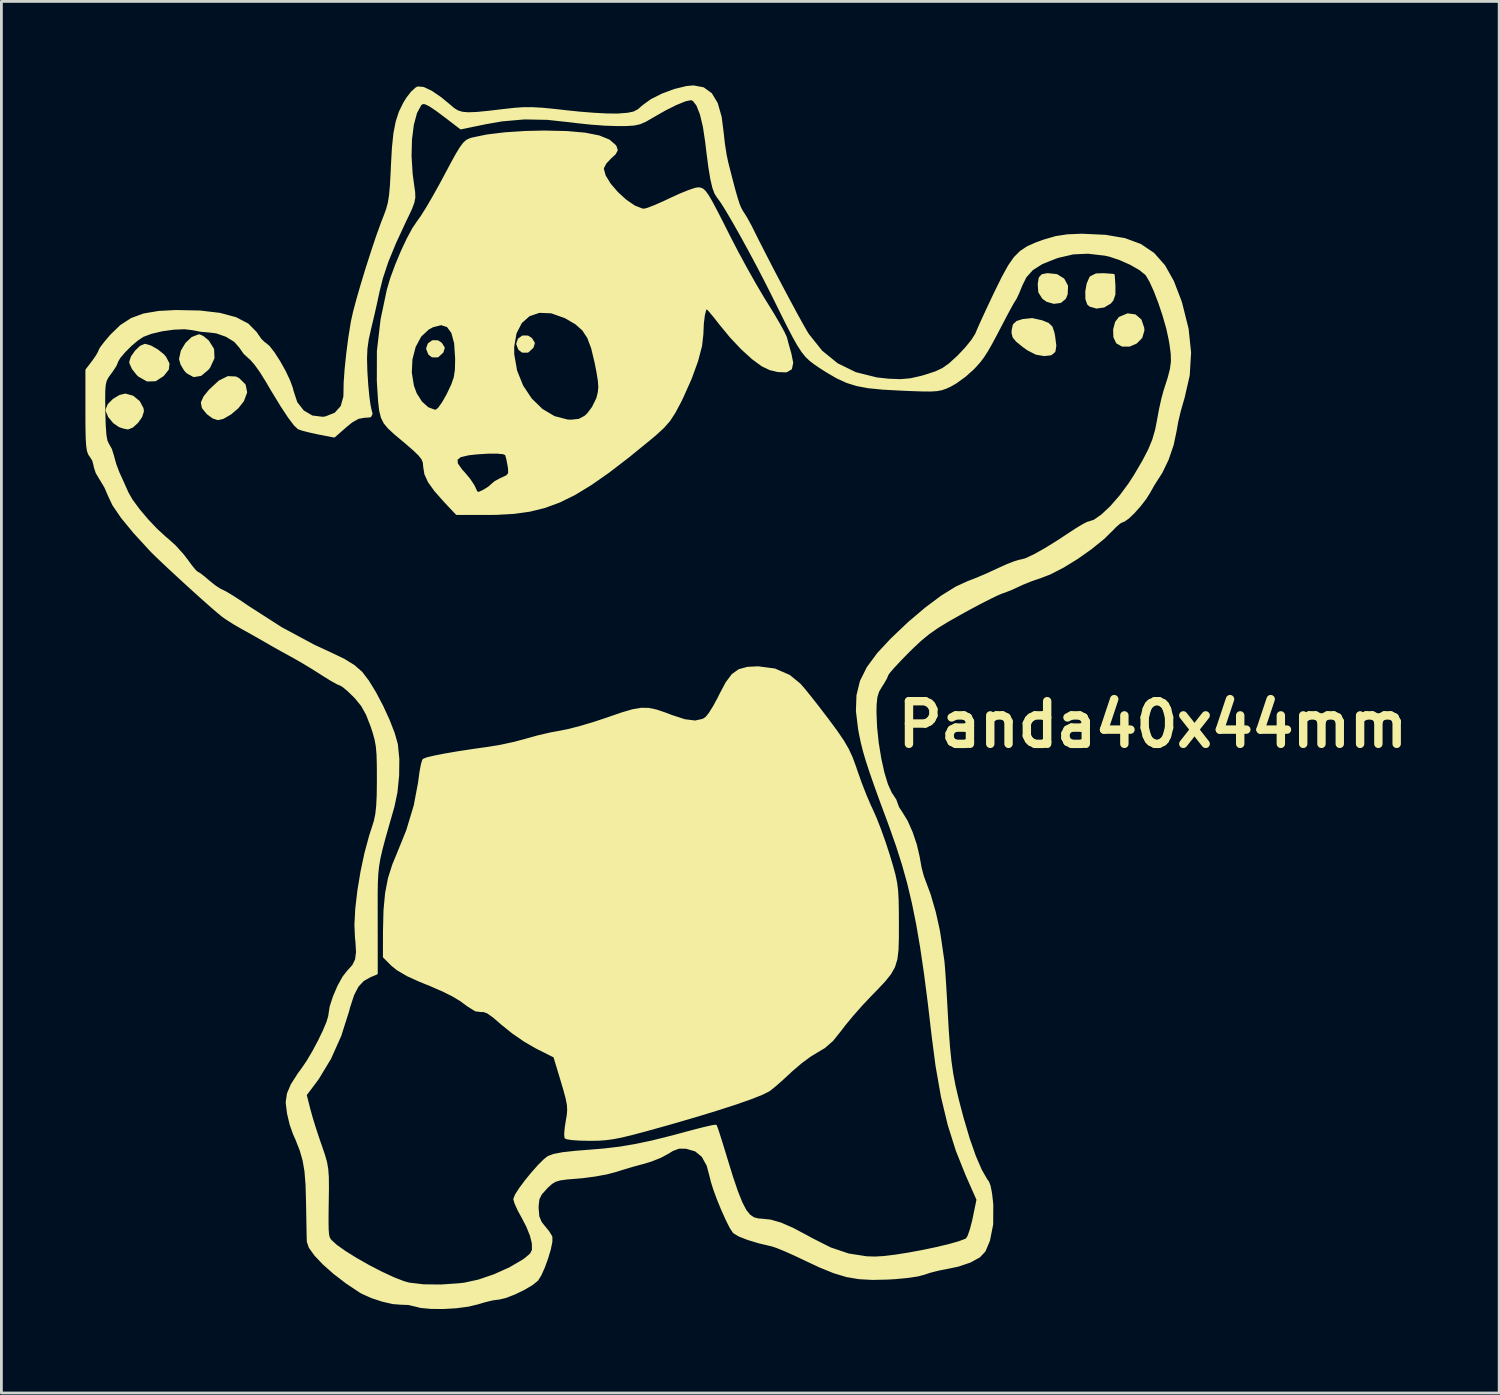
<source format=kicad_pcb>
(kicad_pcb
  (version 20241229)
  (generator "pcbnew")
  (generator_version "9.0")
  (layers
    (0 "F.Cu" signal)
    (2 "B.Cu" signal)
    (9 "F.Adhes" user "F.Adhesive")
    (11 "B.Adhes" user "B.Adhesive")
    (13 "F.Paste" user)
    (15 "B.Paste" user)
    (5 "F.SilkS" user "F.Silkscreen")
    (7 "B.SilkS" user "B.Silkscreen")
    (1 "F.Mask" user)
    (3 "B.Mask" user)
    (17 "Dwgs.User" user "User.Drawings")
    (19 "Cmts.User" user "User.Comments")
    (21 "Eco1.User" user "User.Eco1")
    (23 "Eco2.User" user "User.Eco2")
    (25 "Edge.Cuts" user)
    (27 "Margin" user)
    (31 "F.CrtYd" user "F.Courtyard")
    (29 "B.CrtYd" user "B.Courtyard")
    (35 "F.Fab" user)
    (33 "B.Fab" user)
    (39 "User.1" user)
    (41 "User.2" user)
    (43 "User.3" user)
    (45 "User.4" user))
  (footprint "Panda40x44mm"
    (layer "F.Cu")
    (at 20.92 21.725)
    (property "Reference" "Panda40x44mm" (at 17.2 1.1 0) (layer "F.SilkS") (effects (font (size 1.524 1.524) (thickness 0.3))))
    (attr through_hole)
    (fp_poly (pts (xy -8.137 -12.352) (xy -8.181 -12.212) (xy -8.344 -12.062) (xy -8.526 -12.062) (xy -8.632 -12.145) (xy -8.703 -12.324) (xy -8.648 -12.481) (xy -8.513 -12.576) (xy -8.34 -12.572) (xy -8.229 -12.498) (xy -8.137 -12.352)) (stroke (width 0.1) (type solid)) (fill yes) (layer "F.SilkS"))
    (fp_poly (pts (xy -4.92 -12.521) (xy -4.964 -12.381) (xy -5.127 -12.231) (xy -5.308 -12.231) (xy -5.415 -12.314) (xy -5.485 -12.494) (xy -5.431 -12.65) (xy -5.296 -12.745) (xy -5.123 -12.741) (xy -5.011 -12.668) (xy -4.92 -12.521)) (stroke (width 0.1) (type solid)) (fill yes) (layer "F.SilkS"))
    (fp_poly (pts (xy 14.122 -14.559) (xy 14.11 -14.275) (xy 14.052 -14.134) (xy 13.897 -14.004) (xy 13.668 -13.974) (xy 13.426 -14.044) (xy 13.288 -14.144) (xy 13.159 -14.352) (xy 13.14 -14.631) (xy 13.173 -14.84) (xy 13.257 -14.935) (xy 13.436 -14.97) (xy 13.762 -14.937) (xy 13.998 -14.79) (xy 14.122 -14.559)) (stroke (width 0.1) (type solid)) (fill yes) (layer "F.SilkS"))
    (fp_poly (pts (xy 16.849 -12.973) (xy 16.778 -12.734) (xy 16.599 -12.55) (xy 16.362 -12.447) (xy 16.117 -12.446) (xy 15.934 -12.548) (xy 15.841 -12.744) (xy 15.833 -13.006) (xy 15.9 -13.258) (xy 16.021 -13.415) (xy 16.303 -13.533) (xy 16.558 -13.5) (xy 16.75 -13.336) (xy 16.844 -13.058) (xy 16.849 -12.973)) (stroke (width 0.1) (type solid)) (fill yes) (layer "F.SilkS"))
    (fp_poly (pts (xy 15.816 -14.546) (xy 15.813 -14.26) (xy 15.747 -14.071) (xy 15.668 -13.974) (xy 15.448 -13.843) (xy 15.192 -13.806) (xy 14.97 -13.869) (xy 14.901 -13.928) (xy 14.841 -14.104) (xy 14.838 -14.365) (xy 14.886 -14.636) (xy 14.978 -14.848) (xy 14.992 -14.867) (xy 15.179 -14.96) (xy 15.444 -14.969) (xy 15.79 -14.944) (xy 15.816 -14.546)) (stroke (width 0.1) (type solid)) (fill yes) (layer "F.SilkS"))
    (fp_poly (pts (xy -18.881 -10.087) (xy -18.939 -9.904) (xy -19.08 -9.704) (xy -19.254 -9.547) (xy -19.406 -9.488) (xy -19.57 -9.523) (xy -19.697 -9.567) (xy -19.891 -9.7) (xy -20.059 -9.902) (xy -20.147 -10.104) (xy -20.151 -10.14) (xy -20.079 -10.314) (xy -19.903 -10.491) (xy -19.68 -10.624) (xy -19.492 -10.668) (xy -19.237 -10.597) (xy -19.019 -10.418) (xy -18.893 -10.183) (xy -18.881 -10.087)) (stroke (width 0.1) (type solid)) (fill yes) (layer "F.SilkS"))
    (fp_poly (pts (xy -15.194 -10.767) (xy -15.302 -10.475) (xy -15.493 -10.232) (xy -15.747 -10.015) (xy -16.007 -9.865) (xy -16.188 -9.821) (xy -16.355 -9.878) (xy -16.544 -10.017) (xy -16.556 -10.029) (xy -16.712 -10.221) (xy -16.746 -10.397) (xy -16.655 -10.597) (xy -16.467 -10.827) (xy -16.128 -11.141) (xy -15.826 -11.292) (xy -15.559 -11.281) (xy -15.459 -11.231) (xy -15.245 -11.019) (xy -15.194 -10.767)) (stroke (width 0.1) (type solid)) (fill yes) (layer "F.SilkS"))
    (fp_poly (pts (xy -17.967 -11.784) (xy -17.988 -11.598) (xy -18.151 -11.39) (xy -18.157 -11.384) (xy -18.425 -11.209) (xy -18.705 -11.201) (xy -18.99 -11.361) (xy -19.057 -11.423) (xy -19.215 -11.623) (xy -19.299 -11.812) (xy -19.304 -11.851) (xy -19.247 -12.024) (xy -19.109 -12.22) (xy -18.941 -12.381) (xy -18.796 -12.446) (xy -18.601 -12.391) (xy -18.363 -12.257) (xy -18.153 -12.088) (xy -18.081 -12.004) (xy -17.967 -11.784)) (stroke (width 0.1) (type solid)) (fill yes) (layer "F.SilkS"))
    (fp_poly (pts (xy -16.36 -11.991) (xy -16.507 -11.674) (xy -16.56 -11.606) (xy -16.805 -11.399) (xy -17.047 -11.359) (xy -17.275 -11.485) (xy -17.351 -11.568) (xy -17.473 -11.771) (xy -17.526 -11.951) (xy -17.526 -11.954) (xy -17.465 -12.232) (xy -17.308 -12.496) (xy -17.097 -12.696) (xy -16.87 -12.784) (xy -16.85 -12.785) (xy -16.731 -12.729) (xy -16.567 -12.595) (xy -16.548 -12.577) (xy -16.374 -12.299) (xy -16.36 -11.991)) (stroke (width 0.1) (type solid)) (fill yes) (layer "F.SilkS"))
    (fp_poly (pts (xy 13.704 -12.434) (xy 13.674 -12.235) (xy 13.556 -12.136) (xy 13.336 -12.11) (xy 13.316 -12.11) (xy 13.041 -12.156) (xy 12.747 -12.306) (xy 12.59 -12.418) (xy 12.359 -12.604) (xy 12.24 -12.746) (xy 12.204 -12.889) (xy 12.209 -12.987) (xy 12.25 -13.167) (xy 12.362 -13.268) (xy 12.558 -13.33) (xy 12.889 -13.365) (xy 13.235 -13.288) (xy 13.452 -13.199) (xy 13.57 -13.088) (xy 13.635 -12.897) (xy 13.661 -12.764) (xy 13.704 -12.434)) (stroke (width 0.1) (type solid)) (fill yes) (layer "F.SilkS"))
    (fp_poly (pts (xy 8.082 8.17) (xy 8.081 8.726) (xy 8.068 9.149) (xy 8.028 9.475) (xy 7.947 9.741) (xy 7.812 9.983) (xy 7.609 10.238) (xy 7.324 10.541) (xy 7.103 10.767) (xy 6.777 11.113) (xy 6.451 11.483) (xy 6.171 11.822) (xy 6.034 12.003) (xy 5.745 12.364) (xy 5.458 12.614) (xy 5.218 12.756) (xy 4.949 12.921) (xy 4.623 13.162) (xy 4.303 13.435) (xy 4.233 13.5) (xy 3.959 13.754) (xy 3.706 13.977) (xy 3.516 14.13) (xy 3.471 14.161) (xy 3.24 14.276) (xy 2.86 14.427) (xy 2.344 14.609) (xy 1.707 14.816) (xy 0.964 15.044) (xy 0.13 15.288) (xy -0.313 15.414) (xy -0.921 15.583) (xy -1.398 15.709) (xy -1.774 15.8) (xy -2.08 15.86) (xy -2.347 15.895) (xy -2.605 15.913) (xy -2.886 15.917) (xy -2.912 15.917) (xy -3.264 15.91) (xy -3.548 15.89) (xy -3.725 15.861) (xy -3.762 15.842) (xy -3.772 15.724) (xy -3.752 15.496) (xy -3.718 15.281) (xy -3.68 15.056) (xy -3.664 14.867) (xy -3.675 14.677) (xy -3.72 14.447) (xy -3.803 14.137) (xy -3.93 13.709) (xy -3.948 13.651) (xy -4.16 12.95) (xy -4.815 12.621) (xy -5.211 12.392) (xy -5.637 12.1) (xy -6.007 11.804) (xy -6.031 11.783) (xy -6.334 11.522) (xy -6.548 11.371) (xy -6.701 11.316) (xy -6.772 11.32) (xy -6.981 11.294) (xy -7.257 11.121) (xy -7.266 11.114) (xy -7.513 10.932) (xy -7.794 10.763) (xy -8.143 10.59) (xy -8.596 10.393) (xy -8.965 10.244) (xy -9.407 10.044) (xy -9.767 9.833) (xy -9.96 9.677) (xy -10.245 9.392) (xy -10.243 8.485) (xy -10.225 7.744) (xy -10.168 7.129) (xy -10.066 6.597) (xy -9.911 6.109) (xy -9.782 5.799) (xy -9.413 4.887) (xy -9.145 3.997) (xy -8.989 3.172) (xy -8.983 3.12) (xy -8.939 2.793) (xy -8.89 2.533) (xy -8.845 2.383) (xy -8.835 2.368) (xy -8.716 2.32) (xy -8.452 2.257) (xy -8.068 2.182) (xy -7.586 2.1) (xy -7.029 2.015) (xy -6.526 1.945) (xy -6.082 1.871) (xy -5.599 1.766) (xy -5.179 1.654) (xy -5.171 1.651) (xy -4.757 1.536) (xy -4.304 1.431) (xy -3.937 1.363) (xy -3.626 1.299) (xy -3.21 1.19) (xy -2.742 1.05) (xy -2.274 0.895) (xy -2.244 0.884) (xy -1.752 0.715) (xy -1.376 0.604) (xy -1.075 0.552) (xy -0.808 0.555) (xy -0.532 0.613) (xy -0.206 0.724) (xy -0.005 0.802) (xy 0.48 0.96) (xy 0.857 1.007) (xy 1.142 0.944) (xy 1.261 0.868) (xy 1.377 0.726) (xy 1.535 0.475) (xy 1.707 0.159) (xy 1.772 0.026) (xy 1.992 -0.388) (xy 2.201 -0.666) (xy 2.435 -0.831) (xy 2.731 -0.911) (xy 3.107 -0.929) (xy 3.693 -0.852) (xy 4.208 -0.628) (xy 4.583 -0.321) (xy 4.73 -0.151) (xy 4.951 0.121) (xy 5.219 0.462) (xy 5.506 0.837) (xy 5.587 0.943) (xy 5.898 1.365) (xy 6.126 1.7) (xy 6.295 1.991) (xy 6.43 2.282) (xy 6.554 2.617) (xy 6.603 2.763) (xy 6.755 3.193) (xy 6.927 3.634) (xy 7.091 4.016) (xy 7.154 4.149) (xy 7.289 4.452) (xy 7.449 4.862) (xy 7.614 5.325) (xy 7.754 5.757) (xy 7.876 6.162) (xy 7.963 6.481) (xy 8.02 6.759) (xy 8.055 7.04) (xy 8.073 7.369) (xy 8.08 7.792) (xy 8.082 8.17)) (stroke (width 0.1) (type solid)) (fill yes) (layer "F.SilkS"))
    (fp_poly (pts (xy 4.307 -11.821) (xy 4.265 -11.619) (xy 4.107 -11.527) (xy 3.822 -11.537) (xy 3.536 -11.604) (xy 3.261 -11.735) (xy 2.92 -11.985) (xy 2.54 -12.33) (xy 2.147 -12.745) (xy 1.768 -13.206) (xy 1.762 -13.213) (xy 1.556 -13.476) (xy 1.386 -13.679) (xy 1.28 -13.789) (xy 1.26 -13.801) (xy 1.203 -13.723) (xy 1.152 -13.517) (xy 1.116 -13.224) (xy 1.101 -12.885) (xy 1.101 -12.853) (xy 1.052 -12.424) (xy 0.911 -11.888) (xy 0.687 -11.271) (xy 0.389 -10.602) (xy 0.305 -10.431) (xy 0.105 -10.054) (xy -0.079 -9.771) (xy -0.294 -9.526) (xy -0.583 -9.262) (xy -0.726 -9.141) (xy -1.532 -8.484) (xy -2.241 -7.939) (xy -2.553 -7.72) (xy -2.553 -10.957) (xy -2.57 -11.187) (xy -2.622 -11.506) (xy -2.687 -11.836) (xy -2.809 -12.347) (xy -2.951 -12.726) (xy -3.137 -13.009) (xy -3.393 -13.235) (xy -3.744 -13.441) (xy -3.787 -13.462) (xy -4.274 -13.635) (xy -4.712 -13.653) (xy -5.084 -13.527) (xy -5.375 -13.268) (xy -5.572 -12.886) (xy -5.657 -12.394) (xy -5.655 -12.115) (xy -5.551 -11.526) (xy -5.333 -10.984) (xy -5.019 -10.511) (xy -4.63 -10.132) (xy -4.186 -9.868) (xy -3.709 -9.743) (xy -3.571 -9.737) (xy -3.282 -9.768) (xy -3.064 -9.885) (xy -2.964 -9.977) (xy -2.784 -10.217) (xy -2.639 -10.513) (xy -2.615 -10.582) (xy -2.569 -10.77) (xy -2.553 -10.957) (xy -2.553 -7.72) (xy -2.874 -7.496) (xy -3.451 -7.145) (xy -3.994 -6.877) (xy -4.523 -6.682) (xy -5.059 -6.55) (xy -5.623 -6.472) (xy -5.773 -6.464) (xy -5.773 -7.866) (xy -5.777 -8.042) (xy -5.793 -8.146) (xy -5.838 -8.381) (xy -5.882 -8.541) (xy -5.892 -8.564) (xy -6.002 -8.606) (xy -6.241 -8.625) (xy -6.57 -8.622) (xy -6.95 -8.597) (xy -7.238 -8.565) (xy -7.539 -8.495) (xy -7.666 -8.391) (xy -7.666 -11.916) (xy -7.666 -11.978) (xy -7.702 -12.52) (xy -7.805 -12.906) (xy -7.976 -13.138) (xy -8.213 -13.214) (xy -8.519 -13.137) (xy -8.688 -13.047) (xy -8.969 -12.783) (xy -9.172 -12.405) (xy -9.29 -11.953) (xy -9.314 -11.467) (xy -9.237 -10.988) (xy -9.133 -10.707) (xy -8.938 -10.401) (xy -8.7 -10.187) (xy -8.457 -10.097) (xy -8.382 -10.099) (xy -8.286 -10.179) (xy -8.146 -10.374) (xy -7.99 -10.646) (xy -7.959 -10.708) (xy -7.804 -11.035) (xy -7.715 -11.295) (xy -7.675 -11.564) (xy -7.666 -11.916) (xy -7.666 -8.391) (xy -7.681 -8.378) (xy -7.667 -8.206) (xy -7.499 -7.969) (xy -7.421 -7.886) (xy -7.225 -7.654) (xy -7.073 -7.425) (xy -7.033 -7.342) (xy -6.963 -7.187) (xy -6.878 -7.155) (xy -6.714 -7.226) (xy -6.695 -7.236) (xy -6.505 -7.352) (xy -6.389 -7.456) (xy -6.387 -7.459) (xy -6.276 -7.551) (xy -6.076 -7.658) (xy -6.033 -7.676) (xy -5.847 -7.766) (xy -5.773 -7.866) (xy -5.773 -6.464) (xy -6.237 -6.438) (xy -6.552 -6.435) (xy -7.654 -6.435) (xy -8.073 -6.879) (xy -8.415 -7.265) (xy -8.64 -7.578) (xy -8.765 -7.85) (xy -8.807 -8.109) (xy -8.808 -8.128) (xy -8.821 -8.266) (xy -8.871 -8.393) (xy -8.982 -8.536) (xy -9.175 -8.723) (xy -9.473 -8.981) (xy -9.564 -9.057) (xy -9.859 -9.305) (xy -10.073 -9.502) (xy -10.222 -9.68) (xy -10.319 -9.874) (xy -10.38 -10.118) (xy -10.417 -10.445) (xy -10.446 -10.89) (xy -10.463 -11.18) (xy -10.46 -12.242) (xy -10.329 -13.365) (xy -10.104 -14.43) (xy -9.981 -14.843) (xy -9.809 -15.309) (xy -9.609 -15.787) (xy -9.4 -16.233) (xy -9.2 -16.604) (xy -9.028 -16.857) (xy -9.025 -16.861) (xy -8.897 -17.04) (xy -8.711 -17.337) (xy -8.487 -17.719) (xy -8.245 -18.152) (xy -8.085 -18.45) (xy -7.836 -18.918) (xy -7.648 -19.259) (xy -7.505 -19.493) (xy -7.391 -19.645) (xy -7.29 -19.736) (xy -7.185 -19.788) (xy -7.097 -19.815) (xy -6.585 -19.921) (xy -5.942 -20) (xy -5.206 -20.048) (xy -4.53 -20.063) (xy -3.726 -20.045) (xy -3.079 -19.988) (xy -2.584 -19.89) (xy -2.232 -19.748) (xy -2.018 -19.563) (xy -1.997 -19.532) (xy -1.96 -19.415) (xy -2.024 -19.295) (xy -2.181 -19.151) (xy -2.355 -18.967) (xy -2.45 -18.788) (xy -2.456 -18.745) (xy -2.386 -18.487) (xy -2.202 -18.187) (xy -1.939 -17.881) (xy -1.635 -17.604) (xy -1.326 -17.392) (xy -1.047 -17.281) (xy -0.965 -17.272) (xy -0.829 -17.307) (xy -0.583 -17.403) (xy -0.264 -17.542) (xy -0.029 -17.653) (xy 0.322 -17.814) (xy 0.634 -17.941) (xy 0.865 -18.018) (xy 0.952 -18.034) (xy 1.035 -18.028) (xy 1.111 -17.997) (xy 1.192 -17.923) (xy 1.29 -17.788) (xy 1.417 -17.573) (xy 1.584 -17.26) (xy 1.804 -16.832) (xy 2.072 -16.298) (xy 2.352 -15.759) (xy 2.667 -15.178) (xy 2.986 -14.612) (xy 3.278 -14.118) (xy 3.396 -13.928) (xy 3.633 -13.544) (xy 3.838 -13.195) (xy 3.993 -12.912) (xy 4.079 -12.73) (xy 4.089 -12.7) (xy 4.146 -12.48) (xy 4.224 -12.204) (xy 4.242 -12.141) (xy 4.307 -11.821)) (stroke (width 0.1) (type solid)) (fill yes) (layer "F.SilkS"))
    (fp_poly (pts (xy 18.517 -12.184) (xy 18.468 -11.373) (xy 18.282 -10.559) (xy 18.262 -10.495) (xy 18.151 -10.11) (xy 18.057 -9.712) (xy 17.999 -9.387) (xy 17.999 -9.385) (xy 17.897 -8.901) (xy 17.897 -11.864) (xy 17.89 -12.141) (xy 17.846 -12.476) (xy 17.815 -12.655) (xy 17.728 -13.055) (xy 17.6 -13.503) (xy 17.448 -13.96) (xy 17.286 -14.383) (xy 17.128 -14.732) (xy 16.991 -14.965) (xy 16.966 -14.995) (xy 16.746 -15.173) (xy 16.417 -15.361) (xy 16.036 -15.531) (xy 15.661 -15.656) (xy 15.494 -15.694) (xy 14.888 -15.764) (xy 14.354 -15.74) (xy 13.822 -15.617) (xy 13.716 -15.582) (xy 13.231 -15.387) (xy 12.884 -15.168) (xy 12.643 -14.899) (xy 12.49 -14.59) (xy 12.388 -14.336) (xy 12.298 -14.144) (xy 12.263 -14.086) (xy 12.191 -13.969) (xy 12.066 -13.745) (xy 11.912 -13.456) (xy 11.873 -13.381) (xy 11.616 -12.889) (xy 11.419 -12.52) (xy 11.262 -12.246) (xy 11.129 -12.04) (xy 11.003 -11.873) (xy 10.864 -11.716) (xy 10.761 -11.609) (xy 10.48 -11.358) (xy 10.164 -11.129) (xy 9.962 -11.012) (xy 9.801 -10.939) (xy 9.654 -10.888) (xy 9.488 -10.857) (xy 9.272 -10.843) (xy 8.972 -10.845) (xy 8.558 -10.859) (xy 8.184 -10.875) (xy 7.55 -10.91) (xy 7.047 -10.96) (xy 6.635 -11.036) (xy 6.274 -11.149) (xy 5.925 -11.31) (xy 5.549 -11.53) (xy 5.329 -11.672) (xy 5.136 -11.803) (xy 4.974 -11.927) (xy 4.831 -12.065) (xy 4.693 -12.237) (xy 4.545 -12.466) (xy 4.374 -12.77) (xy 4.165 -13.171) (xy 3.907 -13.69) (xy 3.695 -14.119) (xy 3.419 -14.669) (xy 3.124 -15.239) (xy 2.822 -15.805) (xy 2.527 -16.344) (xy 2.253 -16.83) (xy 2.013 -17.24) (xy 1.82 -17.55) (xy 1.689 -17.734) (xy 1.68 -17.743) (xy 1.594 -17.877) (xy 1.517 -18.085) (xy 1.447 -18.387) (xy 1.377 -18.805) (xy 1.305 -19.361) (xy 1.267 -19.685) (xy 1.183 -20.25) (xy 1.074 -20.704) (xy 0.945 -21.03) (xy 0.803 -21.214) (xy 0.703 -21.249) (xy 0.49 -21.202) (xy 0.17 -21.072) (xy -0.225 -20.875) (xy -0.663 -20.625) (xy -0.68 -20.615) (xy -0.926 -20.472) (xy -1.127 -20.385) (xy -1.339 -20.34) (xy -1.619 -20.323) (xy -1.916 -20.322) (xy -2.357 -20.336) (xy -2.874 -20.374) (xy -3.373 -20.427) (xy -3.514 -20.446) (xy -4.423 -20.545) (xy -5.247 -20.56) (xy -6.044 -20.49) (xy -6.613 -20.391) (xy -7.511 -20.206) (xy -8.01 -20.589) (xy -8.363 -20.853) (xy -8.611 -21.02) (xy -8.777 -21.101) (xy -8.887 -21.108) (xy -8.964 -21.053) (xy -9.125 -20.756) (xy -9.24 -20.326) (xy -9.307 -19.797) (xy -9.322 -19.198) (xy -9.283 -18.562) (xy -9.229 -18.156) (xy -9.194 -17.916) (xy -9.187 -17.73) (xy -9.22 -17.551) (xy -9.302 -17.332) (xy -9.446 -17.026) (xy -9.514 -16.886) (xy -9.874 -16.11) (xy -10.148 -15.442) (xy -10.344 -14.853) (xy -10.466 -14.362) (xy -10.549 -13.975) (xy -10.653 -13.516) (xy -10.757 -13.079) (xy -10.767 -13.039) (xy -10.851 -12.66) (xy -10.898 -12.327) (xy -10.913 -11.974) (xy -10.901 -11.536) (xy -10.893 -11.388) (xy -10.865 -10.977) (xy -10.828 -10.602) (xy -10.788 -10.311) (xy -10.761 -10.181) (xy -10.716 -9.995) (xy -10.757 -9.92) (xy -10.922 -9.906) (xy -10.958 -9.906) (xy -11.182 -9.865) (xy -11.426 -9.726) (xy -11.637 -9.553) (xy -12.038 -9.201) (xy -12.602 -9.31) (xy -12.91 -9.377) (xy -13.164 -9.442) (xy -13.301 -9.49) (xy -13.434 -9.615) (xy -13.639 -9.886) (xy -13.911 -10.299) (xy -14.246 -10.848) (xy -14.454 -11.202) (xy -14.651 -11.517) (xy -14.843 -11.784) (xy -15 -11.963) (xy -15.044 -11.998) (xy -15.233 -12.174) (xy -15.377 -12.381) (xy -15.571 -12.604) (xy -15.877 -12.793) (xy -16.235 -12.918) (xy -16.511 -12.952) (xy -16.808 -12.977) (xy -17.077 -13.031) (xy -17.369 -13.067) (xy -17.758 -13.052) (xy -18.181 -12.994) (xy -18.577 -12.901) (xy -18.87 -12.79) (xy -19.076 -12.654) (xy -19.311 -12.455) (xy -19.536 -12.23) (xy -19.714 -12.02) (xy -19.807 -11.862) (xy -19.812 -11.832) (xy -19.859 -11.725) (xy -19.979 -11.541) (xy -20.043 -11.454) (xy -20.139 -11.321) (xy -20.204 -11.197) (xy -20.242 -11.046) (xy -20.26 -10.831) (xy -20.264 -10.517) (xy -20.259 -10.095) (xy -20.245 -9.601) (xy -20.221 -9.253) (xy -20.182 -9.029) (xy -20.126 -8.906) (xy -20.122 -8.901) (xy -20.022 -8.724) (xy -19.946 -8.482) (xy -19.942 -8.467) (xy -19.867 -8.192) (xy -19.753 -7.89) (xy -19.727 -7.832) (xy -19.589 -7.53) (xy -19.454 -7.225) (xy -19.435 -7.18) (xy -19.279 -6.907) (xy -19.029 -6.567) (xy -18.721 -6.201) (xy -18.39 -5.852) (xy -18.073 -5.561) (xy -18.001 -5.503) (xy -17.732 -5.26) (xy -17.456 -4.955) (xy -17.308 -4.763) (xy -17.139 -4.533) (xy -17.005 -4.373) (xy -16.938 -4.318) (xy -16.847 -4.266) (xy -16.676 -4.133) (xy -16.547 -4.021) (xy -16.323 -3.84) (xy -16.122 -3.707) (xy -16.044 -3.671) (xy -15.907 -3.602) (xy -15.669 -3.458) (xy -15.366 -3.262) (xy -15.113 -3.09) (xy -13.931 -2.331) (xy -12.761 -1.703) (xy -12.192 -1.44) (xy -11.7 -1.205) (xy -11.339 -0.981) (xy -11.073 -0.748) (xy -11.065 -0.739) (xy -10.838 -0.441) (xy -10.586 -0.029) (xy -10.334 0.449) (xy -10.106 0.944) (xy -9.925 1.408) (xy -9.816 1.792) (xy -9.81 1.82) (xy -9.759 2.331) (xy -9.766 2.922) (xy -9.826 3.516) (xy -9.932 4.022) (xy -10.11 4.644) (xy -10.249 5.135) (xy -10.353 5.527) (xy -10.429 5.852) (xy -10.479 6.142) (xy -10.51 6.43) (xy -10.526 6.748) (xy -10.532 7.129) (xy -10.532 7.603) (xy -10.531 8.061) (xy -10.53 9.983) (xy -10.76 10.078) (xy -11.013 10.221) (xy -11.21 10.433) (xy -11.37 10.743) (xy -11.514 11.183) (xy -11.555 11.339) (xy -11.83 12.203) (xy -12.193 13.016) (xy -12.621 13.724) (xy -12.708 13.844) (xy -13.068 14.321) (xy -12.936 14.844) (xy -12.845 15.171) (xy -12.717 15.583) (xy -12.576 16.005) (xy -12.532 16.129) (xy -12.418 16.462) (xy -12.341 16.729) (xy -12.297 16.982) (xy -12.276 17.27) (xy -12.273 17.645) (xy -12.277 17.949) (xy -12.285 18.475) (xy -12.287 18.858) (xy -12.283 19.124) (xy -12.27 19.299) (xy -12.248 19.411) (xy -12.213 19.485) (xy -12.174 19.537) (xy -11.974 19.72) (xy -11.655 19.946) (xy -11.253 20.196) (xy -10.805 20.45) (xy -10.348 20.686) (xy -9.92 20.885) (xy -9.558 21.026) (xy -9.366 21.079) (xy -8.848 21.141) (xy -8.226 21.148) (xy -7.556 21.102) (xy -7.386 21.082) (xy -6.876 20.971) (xy -6.31 20.778) (xy -5.757 20.53) (xy -5.286 20.255) (xy -5.182 20.18) (xy -4.999 20.022) (xy -4.924 19.876) (xy -4.925 19.663) (xy -4.931 19.602) (xy -4.996 19.343) (xy -5.126 19.018) (xy -5.28 18.72) (xy -5.433 18.44) (xy -5.543 18.201) (xy -5.588 18.053) (xy -5.588 18.049) (xy -5.534 17.911) (xy -5.391 17.687) (xy -5.188 17.413) (xy -4.954 17.126) (xy -4.718 16.861) (xy -4.51 16.655) (xy -4.383 16.556) (xy -4.188 16.483) (xy -3.862 16.421) (xy -3.39 16.37) (xy -3.028 16.342) (xy -2.404 16.291) (xy -1.832 16.223) (xy -1.268 16.128) (xy -0.664 16) (xy 0.025 15.828) (xy 0.502 15.7) (xy 0.898 15.594) (xy 1.231 15.511) (xy 1.469 15.457) (xy 1.581 15.441) (xy 1.585 15.442) (xy 1.619 15.53) (xy 1.691 15.749) (xy 1.793 16.071) (xy 1.914 16.465) (xy 1.956 16.605) (xy 2.162 17.271) (xy 2.338 17.79) (xy 2.494 18.18) (xy 2.638 18.458) (xy 2.783 18.64) (xy 2.937 18.745) (xy 3.111 18.79) (xy 3.22 18.796) (xy 3.541 18.829) (xy 3.904 18.933) (xy 4.336 19.121) (xy 4.866 19.403) (xy 4.984 19.47) (xy 5.679 19.821) (xy 6.329 20.04) (xy 6.977 20.14) (xy 7.278 20.15) (xy 7.598 20.131) (xy 8.015 20.08) (xy 8.493 20.004) (xy 8.995 19.911) (xy 9.486 19.808) (xy 9.928 19.702) (xy 10.286 19.6) (xy 10.524 19.511) (xy 10.565 19.487) (xy 10.633 19.376) (xy 10.714 19.142) (xy 10.795 18.832) (xy 10.814 18.741) (xy 10.954 18.066) (xy 10.563 17.182) (xy 10.212 16.304) (xy 9.922 15.382) (xy 9.683 14.385) (xy 9.489 13.28) (xy 9.353 12.234) (xy 9.213 11.036) (xy 9.077 9.984) (xy 8.94 9.054) (xy 8.798 8.223) (xy 8.645 7.468) (xy 8.478 6.766) (xy 8.29 6.093) (xy 8.078 5.427) (xy 7.837 4.743) (xy 7.79 4.614) (xy 7.518 3.881) (xy 7.301 3.281) (xy 7.13 2.79) (xy 6.997 2.383) (xy 6.896 2.038) (xy 6.818 1.728) (xy 6.756 1.43) (xy 6.723 1.249) (xy 6.647 0.614) (xy 6.666 0.061) (xy 6.789 -0.441) (xy 7.03 -0.925) (xy 7.399 -1.424) (xy 7.87 -1.93) (xy 8.493 -2.522) (xy 9.101 -3.038) (xy 9.672 -3.464) (xy 10.186 -3.783) (xy 10.601 -3.973) (xy 10.903 -4.09) (xy 11.279 -4.25) (xy 11.652 -4.421) (xy 11.682 -4.436) (xy 11.996 -4.578) (xy 12.269 -4.685) (xy 12.452 -4.739) (xy 12.479 -4.741) (xy 12.669 -4.791) (xy 12.975 -4.935) (xy 13.378 -5.161) (xy 13.86 -5.461) (xy 14.199 -5.685) (xy 14.484 -5.871) (xy 14.719 -6.013) (xy 14.867 -6.089) (xy 14.893 -6.096) (xy 15.115 -6.167) (xy 15.397 -6.364) (xy 15.717 -6.665) (xy 16.052 -7.049) (xy 16.38 -7.493) (xy 16.572 -7.791) (xy 16.867 -8.293) (xy 17.08 -8.702) (xy 17.228 -9.062) (xy 17.331 -9.418) (xy 17.402 -9.779) (xy 17.472 -10.161) (xy 17.555 -10.533) (xy 17.633 -10.819) (xy 17.639 -10.837) (xy 17.777 -11.266) (xy 17.861 -11.59) (xy 17.897 -11.864) (xy 17.897 -8.901) (xy 17.896 -8.894) (xy 17.719 -8.378) (xy 17.498 -7.918) (xy 17.389 -7.747) (xy 17.22 -7.484) (xy 17.065 -7.209) (xy 17.065 -7.208) (xy 16.924 -6.983) (xy 16.729 -6.731) (xy 16.515 -6.489) (xy 16.315 -6.297) (xy 16.164 -6.191) (xy 16.127 -6.181) (xy 16.009 -6.122) (xy 15.84 -5.974) (xy 15.776 -5.905) (xy 15.431 -5.566) (xy 14.989 -5.208) (xy 14.495 -4.858) (xy 13.991 -4.548) (xy 13.523 -4.307) (xy 13.189 -4.178) (xy 12.857 -4.065) (xy 12.529 -3.932) (xy 12.406 -3.874) (xy 12.132 -3.748) (xy 11.872 -3.647) (xy 11.819 -3.631) (xy 11.66 -3.566) (xy 11.386 -3.434) (xy 11.028 -3.251) (xy 10.618 -3.033) (xy 10.379 -2.901) (xy 9.883 -2.622) (xy 9.499 -2.387) (xy 9.183 -2.166) (xy 8.895 -1.929) (xy 8.593 -1.646) (xy 8.446 -1.501) (xy 8.163 -1.211) (xy 7.929 -0.961) (xy 7.769 -0.776) (xy 7.705 -0.682) (xy 7.705 -0.679) (xy 7.661 -0.566) (xy 7.55 -0.375) (xy 7.493 -0.288) (xy 7.378 -0.092) (xy 7.314 0.112) (xy 7.286 0.383) (xy 7.281 0.658) (xy 7.303 1.195) (xy 7.362 1.758) (xy 7.452 2.312) (xy 7.564 2.82) (xy 7.692 3.245) (xy 7.829 3.55) (xy 7.878 3.623) (xy 7.995 3.802) (xy 8.043 3.937) (xy 8.092 4.071) (xy 8.211 4.254) (xy 8.219 4.265) (xy 8.4 4.561) (xy 8.578 4.964) (xy 8.727 5.409) (xy 8.826 5.836) (xy 8.838 5.913) (xy 8.896 6.231) (xy 8.975 6.525) (xy 9.013 6.63) (xy 9.219 7.183) (xy 9.403 7.816) (xy 9.541 8.439) (xy 9.575 8.644) (xy 9.626 8.991) (xy 9.671 9.305) (xy 9.703 9.52) (xy 9.704 9.525) (xy 9.72 9.691) (xy 9.743 9.993) (xy 9.77 10.398) (xy 9.798 10.873) (xy 9.822 11.303) (xy 9.863 12.025) (xy 9.907 12.617) (xy 9.958 13.12) (xy 10.023 13.574) (xy 10.108 14.017) (xy 10.219 14.491) (xy 10.361 15.035) (xy 10.399 15.175) (xy 10.615 15.905) (xy 10.833 16.526) (xy 11.046 17.02) (xy 11.246 17.368) (xy 11.302 17.441) (xy 11.357 17.582) (xy 11.408 17.842) (xy 11.446 18.172) (xy 11.453 18.266) (xy 11.449 18.947) (xy 11.335 19.521) (xy 11.179 19.892) (xy 10.992 20.089) (xy 10.669 20.267) (xy 10.244 20.411) (xy 9.884 20.486) (xy 9.541 20.553) (xy 9.219 20.636) (xy 9.034 20.699) (xy 8.811 20.759) (xy 8.46 20.813) (xy 8.027 20.854) (xy 7.754 20.871) (xy 7.19 20.884) (xy 6.711 20.858) (xy 6.268 20.783) (xy 5.816 20.647) (xy 5.308 20.44) (xy 4.784 20.193) (xy 4.398 20.011) (xy 4.044 19.854) (xy 3.762 19.74) (xy 3.598 19.687) (xy 3.144 19.58) (xy 2.744 19.459) (xy 2.435 19.338) (xy 2.254 19.229) (xy 2.242 19.218) (xy 2.134 19.052) (xy 1.992 18.77) (xy 1.834 18.418) (xy 1.68 18.042) (xy 1.549 17.687) (xy 1.46 17.398) (xy 1.441 17.314) (xy 1.315 16.837) (xy 1.132 16.505) (xy 0.88 16.299) (xy 0.54 16.2) (xy 0.536 16.199) (xy 0.275 16.196) (xy 0.038 16.284) (xy -0.116 16.38) (xy -0.385 16.526) (xy -0.73 16.663) (xy -0.963 16.734) (xy -1.354 16.839) (xy -1.778 16.966) (xy -1.99 17.033) (xy -2.31 17.117) (xy -2.727 17.193) (xy -3.168 17.251) (xy -3.328 17.265) (xy -3.712 17.296) (xy -3.971 17.331) (xy -4.147 17.383) (xy -4.284 17.466) (xy -4.426 17.594) (xy -4.471 17.64) (xy -4.662 17.852) (xy -4.755 18.039) (xy -4.783 18.28) (xy -4.784 18.369) (xy -4.76 18.67) (xy -4.672 18.886) (xy -4.563 19.023) (xy -4.404 19.218) (xy -4.3 19.386) (xy -4.293 19.405) (xy -4.293 19.568) (xy -4.348 19.834) (xy -4.443 20.153) (xy -4.56 20.475) (xy -4.683 20.75) (xy -4.794 20.927) (xy -4.982 21.079) (xy -5.27 21.249) (xy -5.599 21.408) (xy -5.914 21.53) (xy -6.157 21.588) (xy -6.189 21.59) (xy -6.387 21.617) (xy -6.673 21.686) (xy -6.908 21.757) (xy -7.253 21.84) (xy -7.68 21.896) (xy -8.139 21.923) (xy -8.577 21.92) (xy -8.942 21.885) (xy -9.144 21.834) (xy -9.379 21.78) (xy -9.65 21.769) (xy -9.652 21.77) (xy -9.937 21.747) (xy -10.305 21.663) (xy -10.69 21.536) (xy -11.024 21.386) (xy -11.099 21.343) (xy -11.579 21.024) (xy -12.022 20.685) (xy -12.403 20.348) (xy -12.702 20.032) (xy -12.896 19.76) (xy -12.963 19.564) (xy -12.968 19.403) (xy -12.974 19.109) (xy -12.981 18.721) (xy -12.989 18.275) (xy -12.992 18.119) (xy -13.009 17.528) (xy -13.046 17.059) (xy -13.113 16.664) (xy -13.218 16.296) (xy -13.371 15.907) (xy -13.461 15.706) (xy -13.579 15.372) (xy -13.671 14.979) (xy -13.715 14.624) (xy -13.716 14.58) (xy -13.674 14.29) (xy -13.539 13.97) (xy -13.295 13.589) (xy -13.166 13.414) (xy -12.977 13.137) (xy -12.772 12.791) (xy -12.572 12.416) (xy -12.396 12.052) (xy -12.264 11.738) (xy -12.197 11.514) (xy -12.192 11.466) (xy -12.148 11.182) (xy -12.032 10.824) (xy -11.872 10.452) (xy -11.693 10.128) (xy -11.531 9.921) (xy -11.346 9.717) (xy -11.241 9.501) (xy -11.205 9.228) (xy -11.227 8.85) (xy -11.244 8.702) (xy -11.263 8.25) (xy -11.233 7.681) (xy -11.158 7.035) (xy -11.045 6.355) (xy -10.902 5.683) (xy -10.733 5.061) (xy -10.642 4.784) (xy -10.568 4.545) (xy -10.517 4.298) (xy -10.485 4.005) (xy -10.467 3.626) (xy -10.461 3.122) (xy -10.461 3.048) (xy -10.463 2.548) (xy -10.473 2.174) (xy -10.498 1.884) (xy -10.542 1.635) (xy -10.611 1.384) (xy -10.69 1.146) (xy -10.852 0.73) (xy -11.027 0.415) (xy -11.254 0.136) (xy -11.321 0.067) (xy -11.535 -0.139) (xy -11.711 -0.285) (xy -11.808 -0.339) (xy -11.915 -0.383) (xy -12.124 -0.499) (xy -12.395 -0.666) (xy -12.488 -0.726) (xy -12.842 -0.949) (xy -13.215 -1.173) (xy -13.529 -1.352) (xy -13.547 -1.361) (xy -13.891 -1.549) (xy -14.256 -1.754) (xy -14.436 -1.859) (xy -14.771 -2.051) (xy -15.134 -2.255) (xy -15.282 -2.336) (xy -15.586 -2.511) (xy -15.882 -2.699) (xy -16.002 -2.784) (xy -16.171 -2.921) (xy -16.436 -3.15) (xy -16.768 -3.445) (xy -17.14 -3.781) (xy -17.524 -4.132) (xy -17.893 -4.473) (xy -18.218 -4.779) (xy -18.473 -5.025) (xy -18.582 -5.136) (xy -19.164 -5.77) (xy -19.607 -6.309) (xy -19.91 -6.753) (xy -20.072 -7.097) (xy -20.196 -7.385) (xy -20.362 -7.663) (xy -20.373 -7.678) (xy -20.505 -7.901) (xy -20.572 -8.106) (xy -20.574 -8.137) (xy -20.63 -8.346) (xy -20.722 -8.49) (xy -20.777 -8.57) (xy -20.817 -8.686) (xy -20.843 -8.865) (xy -20.86 -9.132) (xy -20.868 -9.514) (xy -20.87 -10.036) (xy -20.87 -10.105) (xy -20.87 -11.557) (xy -20.637 -11.861) (xy -20.497 -12.062) (xy -20.414 -12.212) (xy -20.405 -12.247) (xy -20.352 -12.345) (xy -20.212 -12.53) (xy -20.015 -12.762) (xy -19.992 -12.789) (xy -19.64 -13.129) (xy -19.264 -13.372) (xy -18.829 -13.532) (xy -18.299 -13.621) (xy -17.695 -13.653) (xy -16.833 -13.636) (xy -16.121 -13.552) (xy -15.555 -13.4) (xy -15.131 -13.178) (xy -14.842 -12.885) (xy -14.807 -12.83) (xy -14.669 -12.634) (xy -14.539 -12.51) (xy -14.518 -12.499) (xy -14.381 -12.386) (xy -14.204 -12.157) (xy -14.009 -11.854) (xy -13.82 -11.517) (xy -13.662 -11.186) (xy -13.558 -10.904) (xy -13.535 -10.804) (xy -13.399 -10.39) (xy -13.156 -10.078) (xy -12.831 -9.888) (xy -12.45 -9.84) (xy -12.334 -9.855) (xy -11.986 -9.994) (xy -11.757 -10.25) (xy -11.657 -10.607) (xy -11.654 -10.738) (xy -11.648 -11.098) (xy -11.614 -11.576) (xy -11.558 -12.121) (xy -11.485 -12.687) (xy -11.4 -13.223) (xy -11.388 -13.293) (xy -11.313 -13.628) (xy -11.192 -14.083) (xy -11.037 -14.619) (xy -10.861 -15.197) (xy -10.674 -15.779) (xy -10.491 -16.326) (xy -10.321 -16.798) (xy -10.219 -17.06) (xy -10.134 -17.29) (xy -10.071 -17.523) (xy -10.027 -17.797) (xy -9.995 -18.149) (xy -9.969 -18.619) (xy -9.96 -18.84) (xy -9.924 -19.49) (xy -9.871 -20.005) (xy -9.791 -20.419) (xy -9.679 -20.766) (xy -9.526 -21.079) (xy -9.415 -21.26) (xy -9.252 -21.469) (xy -9.094 -21.612) (xy -9.044 -21.637) (xy -8.852 -21.62) (xy -8.576 -21.49) (xy -8.241 -21.262) (xy -7.927 -21.001) (xy -7.777 -20.874) (xy -7.633 -20.786) (xy -7.465 -20.734) (xy -7.245 -20.715) (xy -6.943 -20.727) (xy -6.531 -20.767) (xy -5.989 -20.831) (xy -5.607 -20.874) (xy -5.281 -20.897) (xy -4.963 -20.898) (xy -4.606 -20.878) (xy -4.162 -20.835) (xy -3.778 -20.791) (xy -3.269 -20.738) (xy -2.764 -20.698) (xy -2.311 -20.674) (xy -1.961 -20.669) (xy -1.876 -20.672) (xy -1.545 -20.699) (xy -1.326 -20.745) (xy -1.161 -20.832) (xy -0.997 -20.975) (xy -0.707 -21.186) (xy -0.311 -21.386) (xy 0.128 -21.549) (xy 0.547 -21.652) (xy 0.79 -21.675) (xy 1.139 -21.61) (xy 1.413 -21.412) (xy 1.616 -21.074) (xy 1.754 -20.589) (xy 1.825 -20.03) (xy 1.868 -19.638) (xy 1.932 -19.234) (xy 1.989 -18.965) (xy 2.131 -18.409) (xy 2.241 -17.992) (xy 2.327 -17.69) (xy 2.396 -17.477) (xy 2.456 -17.33) (xy 2.515 -17.223) (xy 2.539 -17.187) (xy 2.673 -16.973) (xy 2.82 -16.704) (xy 2.854 -16.637) (xy 3.082 -16.179) (xy 3.344 -15.666) (xy 3.624 -15.123) (xy 3.91 -14.579) (xy 4.185 -14.06) (xy 4.436 -13.593) (xy 4.649 -13.206) (xy 4.809 -12.926) (xy 4.877 -12.815) (xy 5.356 -12.216) (xy 5.92 -11.758) (xy 6.577 -11.436) (xy 7.336 -11.247) (xy 7.77 -11.2) (xy 8.193 -11.185) (xy 8.551 -11.216) (xy 8.937 -11.303) (xy 9.094 -11.349) (xy 9.446 -11.464) (xy 9.71 -11.587) (xy 9.95 -11.757) (xy 10.228 -12.01) (xy 10.278 -12.058) (xy 10.536 -12.332) (xy 10.756 -12.603) (xy 10.897 -12.824) (xy 10.918 -12.869) (xy 10.994 -13.049) (xy 11.127 -13.346) (xy 11.303 -13.726) (xy 11.503 -14.152) (xy 11.6 -14.354) (xy 11.858 -14.877) (xy 12.076 -15.271) (xy 12.278 -15.561) (xy 12.49 -15.774) (xy 12.736 -15.936) (xy 13.042 -16.072) (xy 13.335 -16.177) (xy 13.745 -16.295) (xy 14.15 -16.357) (xy 14.632 -16.377) (xy 14.69 -16.377) (xy 15.509 -16.339) (xy 16.191 -16.223) (xy 16.754 -16.015) (xy 17.215 -15.703) (xy 17.594 -15.274) (xy 17.908 -14.715) (xy 18.176 -14.014) (xy 18.203 -13.928) (xy 18.429 -13.024) (xy 18.517 -12.184)) (stroke (width 0.1) (type solid)) (fill yes) (layer "F.SilkS")))
  (gr_rect
    (start -3 -3)
    (end 50.489 46.698)
    (stroke (width 0.1) (type default))
    (fill no)
    (layer "Edge.Cuts")))
</source>
